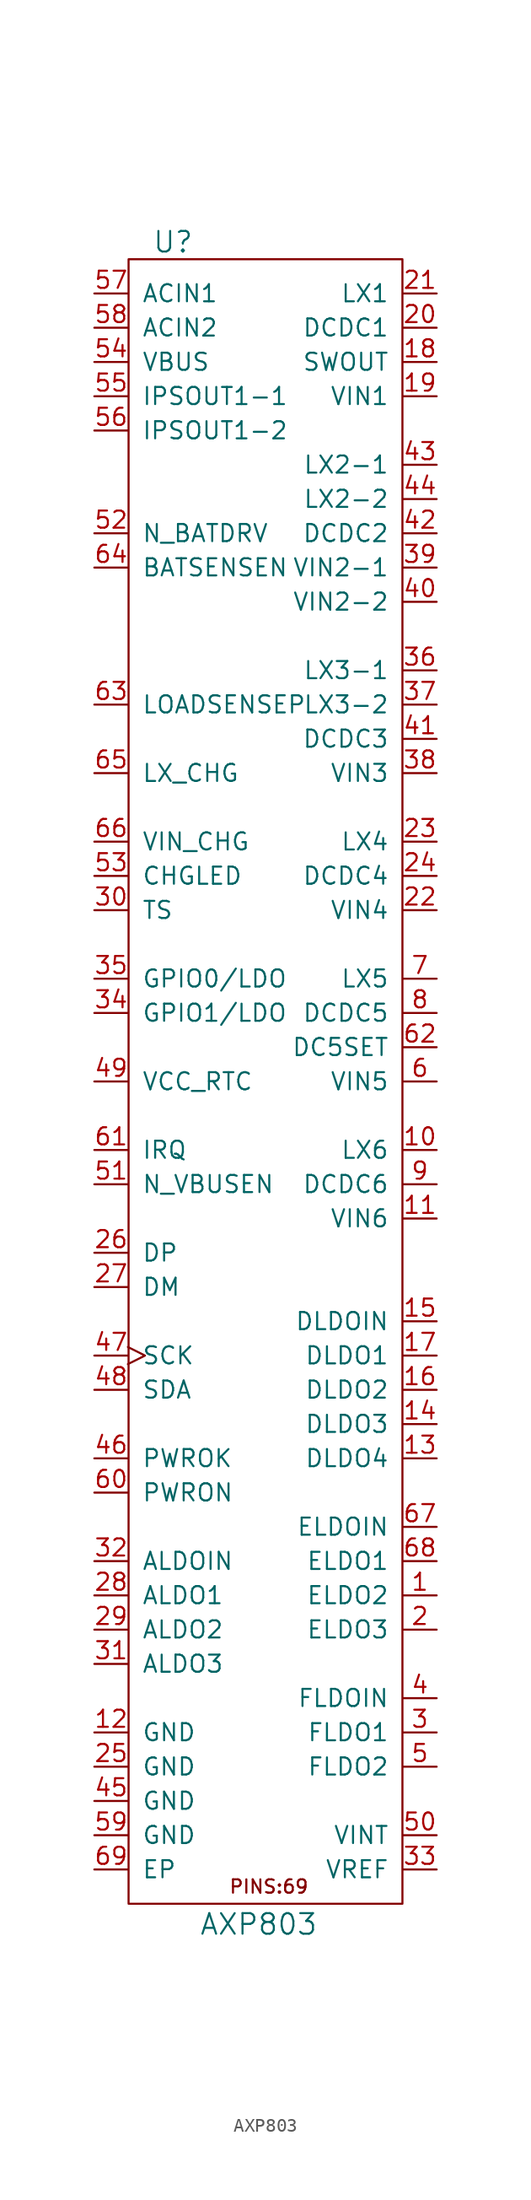
<source format=kicad_sym>
(kicad_symbol_lib
  (version 20241209)
  (generator "kicad_symbol_editor")
  (generator_version "9.0")
  (symbol "AXP803"
    (pin_names
      (offset 1.016))
    (property "Reference" "U"
      (at -6.858 59.69 0)
      (effects (font (size 1.524 1.524))))
    (property "Value" "AXP803"
      (at -0.508 -65.024 0)
      (effects (font (size 1.524 1.524))))
    (property "Footprint" ""
      (at -5.08 17.78 0)
      (effects (font (size 1.524 1.524))))
    (property "Datasheet" ""
      (at -5.08 17.78 0)
      (effects (font (size 1.524 1.524))))
    (symbol "AXP803_0_0"
      (rectangle (start -10.16 58.42) (end 10.16 -63.5) (stroke (width 0) (type solid)) (fill (type none)))
      (text "PINS:69" (at 0.254 -62.23 0) (effects (font (size 0.991 0.991)))))
    (symbol "AXP803_1_1"
      (pin power_in line (at -12.7 55.88 0) (length 2.489) (name "ACIN1" (effects (font (size 1.27 1.27)))) (number "57" (effects (font (size 1.27 1.27)))))
      (pin power_in line (at -12.7 53.34 0) (length 2.489) (name "ACIN2" (effects (font (size 1.27 1.27)))) (number "58" (effects (font (size 1.27 1.27)))))
      (pin power_in line (at -12.7 50.8 0) (length 2.489) (name "VBUS" (effects (font (size 1.27 1.27)))) (number "54" (effects (font (size 1.27 1.27)))))
      (pin power_out line (at -12.7 48.26 0) (length 2.489) (name "IPSOUT1-1" (effects (font (size 1.27 1.27)))) (number "55" (effects (font (size 1.27 1.27)))))
      (pin passive line (at -12.7 45.72 0) (length 2.489) (name "IPSOUT1-2" (effects (font (size 1.27 1.27)))) (number "56" (effects (font (size 1.27 1.27)))))
      (pin output line (at -12.7 38.1 0) (length 2.489) (name "N_BATDRV" (effects (font (size 1.27 1.27)))) (number "52" (effects (font (size 1.27 1.27)))))
      (pin input line (at -12.7 35.56 0) (length 2.489) (name "BATSENSEN" (effects (font (size 1.27 1.27)))) (number "64" (effects (font (size 1.27 1.27)))))
      (pin input line (at -12.7 25.4 0) (length 2.489) (name "LOADSENSEP" (effects (font (size 1.27 1.27)))) (number "63" (effects (font (size 1.27 1.27)))))
      (pin bidirectional line (at -12.7 20.32 0) (length 2.489) (name "LX_CHG" (effects (font (size 1.27 1.27)))) (number "65" (effects (font (size 1.27 1.27)))))
      (pin input line (at -12.7 15.24 0) (length 2.489) (name "VIN_CHG" (effects (font (size 1.27 1.27)))) (number "66" (effects (font (size 1.27 1.27)))))
      (pin output line (at -12.7 12.7 0) (length 2.489) (name "CHGLED" (effects (font (size 1.27 1.27)))) (number "53" (effects (font (size 1.27 1.27)))))
      (pin input line (at -12.7 10.16 0) (length 2.489) (name "TS" (effects (font (size 1.27 1.27)))) (number "30" (effects (font (size 1.27 1.27)))))
      (pin bidirectional line (at -12.7 5.08 0) (length 2.489) (name "GPIO0/LDO" (effects (font (size 1.27 1.27)))) (number "35" (effects (font (size 1.27 1.27)))))
      (pin bidirectional line (at -12.7 2.54 0) (length 2.489) (name "GPIO1/LDO" (effects (font (size 1.27 1.27)))) (number "34" (effects (font (size 1.27 1.27)))))
      (pin power_out line (at -12.7 -2.54 0) (length 2.489) (name "VCC_RTC" (effects (font (size 1.27 1.27)))) (number "49" (effects (font (size 1.27 1.27)))))
      (pin output line (at -12.7 -7.62 0) (length 2.489) (name "IRQ" (effects (font (size 1.27 1.27)))) (number "61" (effects (font (size 1.27 1.27)))))
      (pin bidirectional line (at -12.7 -10.16 0) (length 2.489) (name "N_VBUSEN" (effects (font (size 1.27 1.27)))) (number "51" (effects (font (size 1.27 1.27)))))
      (pin input line (at -12.7 -15.24 0) (length 2.489) (name "DP" (effects (font (size 1.27 1.27)))) (number "26" (effects (font (size 1.27 1.27)))))
      (pin input line (at -12.7 -17.78 0) (length 2.489) (name "DM" (effects (font (size 1.27 1.27)))) (number "27" (effects (font (size 1.27 1.27)))))
      (pin input clock (at -12.7 -22.86 0) (length 2.489) (name "SCK" (effects (font (size 1.27 1.27)))) (number "47" (effects (font (size 1.27 1.27)))))
      (pin bidirectional line (at -12.7 -25.4 0) (length 2.489) (name "SDA" (effects (font (size 1.27 1.27)))) (number "48" (effects (font (size 1.27 1.27)))))
      (pin output line (at -12.7 -30.48 0) (length 2.489) (name "PWROK" (effects (font (size 1.27 1.27)))) (number "46" (effects (font (size 1.27 1.27)))))
      (pin input line (at -12.7 -33.02 0) (length 2.489) (name "PWRON" (effects (font (size 1.27 1.27)))) (number "60" (effects (font (size 1.27 1.27)))))
      (pin power_in line (at -12.7 -38.1 0) (length 2.489) (name "ALDOIN" (effects (font (size 1.27 1.27)))) (number "32" (effects (font (size 1.27 1.27)))))
      (pin power_out line (at -12.7 -40.64 0) (length 2.489) (name "ALDO1" (effects (font (size 1.27 1.27)))) (number "28" (effects (font (size 1.27 1.27)))))
      (pin power_out line (at -12.7 -43.18 0) (length 2.489) (name "ALDO2" (effects (font (size 1.27 1.27)))) (number "29" (effects (font (size 1.27 1.27)))))
      (pin power_out line (at -12.7 -45.72 0) (length 2.489) (name "ALDO3" (effects (font (size 1.27 1.27)))) (number "31" (effects (font (size 1.27 1.27)))))
      (pin power_in line (at -12.7 -50.8 0) (length 2.489) (name "GND" (effects (font (size 1.27 1.27)))) (number "12" (effects (font (size 1.27 1.27)))))
      (pin power_in line (at -12.7 -53.34 0) (length 2.489) (name "GND" (effects (font (size 1.27 1.27)))) (number "25" (effects (font (size 1.27 1.27)))))
      (pin power_in line (at -12.7 -55.88 0) (length 2.489) (name "GND" (effects (font (size 1.27 1.27)))) (number "45" (effects (font (size 1.27 1.27)))))
      (pin power_in line (at -12.7 -58.42 0) (length 2.489) (name "GND" (effects (font (size 1.27 1.27)))) (number "59" (effects (font (size 1.27 1.27)))))
      (pin power_in line (at -12.7 -60.96 0) (length 2.489) (name "EP" (effects (font (size 1.27 1.27)))) (number "69" (effects (font (size 1.27 1.27)))))
      (pin bidirectional line (at 12.7 55.88 180) (length 2.489) (name "LX1" (effects (font (size 1.27 1.27)))) (number "21" (effects (font (size 1.27 1.27)))))
      (pin input line (at 12.7 53.34 180) (length 2.489) (name "DCDC1" (effects (font (size 1.27 1.27)))) (number "20" (effects (font (size 1.27 1.27)))))
      (pin output line (at 12.7 50.8 180) (length 2.489) (name "SWOUT" (effects (font (size 1.27 1.27)))) (number "18" (effects (font (size 1.27 1.27)))))
      (pin power_in line (at 12.7 48.26 180) (length 2.489) (name "VIN1" (effects (font (size 1.27 1.27)))) (number "19" (effects (font (size 1.27 1.27)))))
      (pin bidirectional line (at 12.7 43.18 180) (length 2.489) (name "LX2-1" (effects (font (size 1.27 1.27)))) (number "43" (effects (font (size 1.27 1.27)))))
      (pin bidirectional line (at 12.7 40.64 180) (length 2.489) (name "LX2-2" (effects (font (size 1.27 1.27)))) (number "44" (effects (font (size 1.27 1.27)))))
      (pin input line (at 12.7 38.1 180) (length 2.489) (name "DCDC2" (effects (font (size 1.27 1.27)))) (number "42" (effects (font (size 1.27 1.27)))))
      (pin power_in line (at 12.7 35.56 180) (length 2.489) (name "VIN2-1" (effects (font (size 1.27 1.27)))) (number "39" (effects (font (size 1.27 1.27)))))
      (pin power_in line (at 12.7 33.02 180) (length 2.489) (name "VIN2-2" (effects (font (size 1.27 1.27)))) (number "40" (effects (font (size 1.27 1.27)))))
      (pin bidirectional line (at 12.7 27.94 180) (length 2.489) (name "LX3-1" (effects (font (size 1.27 1.27)))) (number "36" (effects (font (size 1.27 1.27)))))
      (pin bidirectional line (at 12.7 25.4 180) (length 2.489) (name "LX3-2" (effects (font (size 1.27 1.27)))) (number "37" (effects (font (size 1.27 1.27)))))
      (pin input line (at 12.7 22.86 180) (length 2.489) (name "DCDC3" (effects (font (size 1.27 1.27)))) (number "41" (effects (font (size 1.27 1.27)))))
      (pin power_in line (at 12.7 20.32 180) (length 2.489) (name "VIN3" (effects (font (size 1.27 1.27)))) (number "38" (effects (font (size 1.27 1.27)))))
      (pin bidirectional line (at 12.7 15.24 180) (length 2.489) (name "LX4" (effects (font (size 1.27 1.27)))) (number "23" (effects (font (size 1.27 1.27)))))
      (pin input line (at 12.7 12.7 180) (length 2.489) (name "DCDC4" (effects (font (size 1.27 1.27)))) (number "24" (effects (font (size 1.27 1.27)))))
      (pin power_in line (at 12.7 10.16 180) (length 2.489) (name "VIN4" (effects (font (size 1.27 1.27)))) (number "22" (effects (font (size 1.27 1.27)))))
      (pin bidirectional line (at 12.7 5.08 180) (length 2.489) (name "LX5" (effects (font (size 1.27 1.27)))) (number "7" (effects (font (size 1.27 1.27)))))
      (pin input line (at 12.7 2.54 180) (length 2.489) (name "DCDC5" (effects (font (size 1.27 1.27)))) (number "8" (effects (font (size 1.27 1.27)))))
      (pin input line (at 12.7 0 180) (length 2.489) (name "DC5SET" (effects (font (size 1.27 1.27)))) (number "62" (effects (font (size 1.27 1.27)))))
      (pin power_in line (at 12.7 -2.54 180) (length 2.489) (name "VIN5" (effects (font (size 1.27 1.27)))) (number "6" (effects (font (size 1.27 1.27)))))
      (pin bidirectional line (at 12.7 -7.62 180) (length 2.489) (name "LX6" (effects (font (size 1.27 1.27)))) (number "10" (effects (font (size 1.27 1.27)))))
      (pin input line (at 12.7 -10.16 180) (length 2.489) (name "DCDC6" (effects (font (size 1.27 1.27)))) (number "9" (effects (font (size 1.27 1.27)))))
      (pin power_in line (at 12.7 -12.7 180) (length 2.489) (name "VIN6" (effects (font (size 1.27 1.27)))) (number "11" (effects (font (size 1.27 1.27)))))
      (pin power_in line (at 12.7 -20.32 180) (length 2.489) (name "DLDOIN" (effects (font (size 1.27 1.27)))) (number "15" (effects (font (size 1.27 1.27)))))
      (pin power_out line (at 12.7 -22.86 180) (length 2.489) (name "DLDO1" (effects (font (size 1.27 1.27)))) (number "17" (effects (font (size 1.27 1.27)))))
      (pin power_out line (at 12.7 -25.4 180) (length 2.489) (name "DLDO2" (effects (font (size 1.27 1.27)))) (number "16" (effects (font (size 1.27 1.27)))))
      (pin power_out line (at 12.7 -27.94 180) (length 2.489) (name "DLDO3" (effects (font (size 1.27 1.27)))) (number "14" (effects (font (size 1.27 1.27)))))
      (pin power_out line (at 12.7 -30.48 180) (length 2.489) (name "DLDO4" (effects (font (size 1.27 1.27)))) (number "13" (effects (font (size 1.27 1.27)))))
      (pin power_in line (at 12.7 -35.56 180) (length 2.489) (name "ELDOIN" (effects (font (size 1.27 1.27)))) (number "67" (effects (font (size 1.27 1.27)))))
      (pin power_out line (at 12.7 -38.1 180) (length 2.489) (name "ELDO1" (effects (font (size 1.27 1.27)))) (number "68" (effects (font (size 1.27 1.27)))))
      (pin power_out line (at 12.7 -40.64 180) (length 2.489) (name "ELDO2" (effects (font (size 1.27 1.27)))) (number "1" (effects (font (size 1.27 1.27)))))
      (pin power_out line (at 12.7 -43.18 180) (length 2.489) (name "ELDO3" (effects (font (size 1.27 1.27)))) (number "2" (effects (font (size 1.27 1.27)))))
      (pin power_in line (at 12.7 -48.26 180) (length 2.489) (name "FLDOIN" (effects (font (size 1.27 1.27)))) (number "4" (effects (font (size 1.27 1.27)))))
      (pin power_out line (at 12.7 -50.8 180) (length 2.489) (name "FLDO1" (effects (font (size 1.27 1.27)))) (number "3" (effects (font (size 1.27 1.27)))))
      (pin power_out line (at 12.7 -53.34 180) (length 2.489) (name "FLDO2" (effects (font (size 1.27 1.27)))) (number "5" (effects (font (size 1.27 1.27)))))
      (pin power_out line (at 12.7 -58.42 180) (length 2.489) (name "VINT" (effects (font (size 1.27 1.27)))) (number "50" (effects (font (size 1.27 1.27)))))
      (pin output line (at 12.7 -60.96 180) (length 2.489) (name "VREF" (effects (font (size 1.27 1.27)))) (number "33" (effects (font (size 1.27 1.27))))))))
</source>
